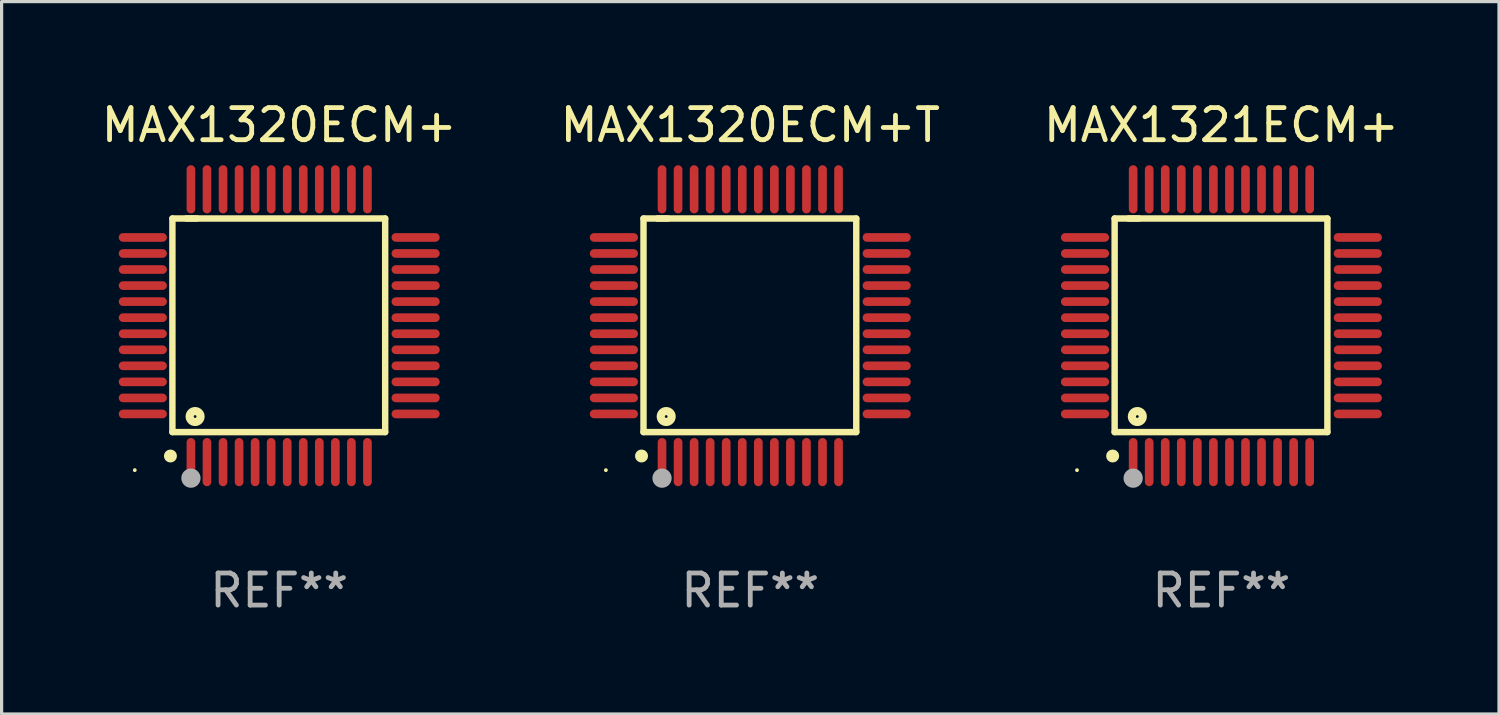
<source format=kicad_pcb>
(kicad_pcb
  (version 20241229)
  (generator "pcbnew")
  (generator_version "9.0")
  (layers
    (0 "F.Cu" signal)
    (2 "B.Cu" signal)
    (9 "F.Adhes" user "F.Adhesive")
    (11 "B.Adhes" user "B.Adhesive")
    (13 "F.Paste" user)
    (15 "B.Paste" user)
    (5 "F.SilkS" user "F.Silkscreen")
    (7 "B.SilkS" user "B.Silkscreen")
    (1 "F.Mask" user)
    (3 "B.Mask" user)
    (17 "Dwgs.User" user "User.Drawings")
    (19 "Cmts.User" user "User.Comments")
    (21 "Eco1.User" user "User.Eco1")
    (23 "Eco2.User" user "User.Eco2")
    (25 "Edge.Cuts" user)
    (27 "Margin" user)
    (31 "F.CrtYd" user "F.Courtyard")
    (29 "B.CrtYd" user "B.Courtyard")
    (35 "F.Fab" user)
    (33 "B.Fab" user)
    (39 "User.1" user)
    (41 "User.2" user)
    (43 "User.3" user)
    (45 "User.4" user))
  (footprint "MAX1320ECM+T"
    (layer "F.Cu")
    (at 20.327 7.098)
    (property "Reference" "MAX1320ECM+T" (at 0 -6.25 0) (layer "F.SilkS") (effects (font (size 1 1) (thickness 0.15))))
    (attr through_hole)
    (fp_line (start -3.327 -3.34) (end -2.565 -3.34) (stroke (width 0.2) (type solid)) (layer "F.SilkS"))
    (fp_line (start -3.327 3.315) (end -3.327 -3.34) (stroke (width 0.2) (type solid)) (layer "F.SilkS"))
    (fp_line (start -2.896 -3.34) (end 3.302 -3.34) (stroke (width 0.2) (type solid)) (layer "F.SilkS"))
    (fp_line (start 3.302 -3.34) (end 3.302 3.315) (stroke (width 0.2) (type solid)) (layer "F.SilkS"))
    (fp_line (start 3.302 3.315) (end -3.327 3.315) (stroke (width 0.2) (type solid)) (layer "F.SilkS"))
    (fp_arc (start -3.389992 4.059995) (mid -3.388722 4.059991) (end -3.387452 4.059995) (stroke (width 0.4) (type solid)) (layer "F.SilkS"))
    (fp_circle (center -4.5 4.5) (end -4.47 4.5) (stroke (width 0.06) (type solid)) (fill no) (layer "F.SilkS"))
    (fp_circle (center -2.62 2.83) (end -2.45 2.83) (stroke (width 0.254) (type solid)) (fill no) (layer "F.SilkS"))
    (fp_circle (center -2.75 4.75) (end -2.6 4.75) (stroke (width 0.3) (type solid)) (fill no) (layer "F.Fab"))
    (fp_text user "REF**" (at 0 8.25 0) (layer "F.Fab") (effects (font (size 1 1) (thickness 0.15))))
    (pad "1" smd oval (at -2.75 4.25) (size 0.27 1.5) (layers "F.Cu" "F.Mask" "F.Paste"))
    (pad "2" smd oval (at -2.25 4.25) (size 0.27 1.5) (layers "F.Cu" "F.Mask" "F.Paste"))
    (pad "3" smd oval (at -1.75 4.25) (size 0.27 1.5) (layers "F.Cu" "F.Mask" "F.Paste"))
    (pad "4" smd oval (at -1.25 4.25) (size 0.27 1.5) (layers "F.Cu" "F.Mask" "F.Paste"))
    (pad "5" smd oval (at -0.75 4.25) (size 0.27 1.5) (layers "F.Cu" "F.Mask" "F.Paste"))
    (pad "6" smd oval (at -0.25 4.25) (size 0.27 1.5) (layers "F.Cu" "F.Mask" "F.Paste"))
    (pad "7" smd oval (at 0.25 4.25) (size 0.27 1.5) (layers "F.Cu" "F.Mask" "F.Paste"))
    (pad "8" smd oval (at 0.75 4.25) (size 0.27 1.5) (layers "F.Cu" "F.Mask" "F.Paste"))
    (pad "9" smd oval (at 1.25 4.25) (size 0.27 1.5) (layers "F.Cu" "F.Mask" "F.Paste"))
    (pad "10" smd oval (at 1.75 4.25) (size 0.27 1.5) (layers "F.Cu" "F.Mask" "F.Paste"))
    (pad "11" smd oval (at 2.25 4.25) (size 0.27 1.5) (layers "F.Cu" "F.Mask" "F.Paste"))
    (pad "12" smd oval (at 2.75 4.25) (size 0.27 1.5) (layers "F.Cu" "F.Mask" "F.Paste"))
    (pad "13" smd oval (at 4.25 2.75) (size 1.5 0.27) (layers "F.Cu" "F.Mask" "F.Paste"))
    (pad "14" smd oval (at 4.25 2.25) (size 1.5 0.27) (layers "F.Cu" "F.Mask" "F.Paste"))
    (pad "15" smd oval (at 4.25 1.75) (size 1.5 0.27) (layers "F.Cu" "F.Mask" "F.Paste"))
    (pad "16" smd oval (at 4.25 1.25) (size 1.5 0.27) (layers "F.Cu" "F.Mask" "F.Paste"))
    (pad "17" smd oval (at 4.25 0.75) (size 1.5 0.27) (layers "F.Cu" "F.Mask" "F.Paste"))
    (pad "18" smd oval (at 4.25 0.25) (size 1.5 0.27) (layers "F.Cu" "F.Mask" "F.Paste"))
    (pad "19" smd oval (at 4.25 -0.25) (size 1.5 0.27) (layers "F.Cu" "F.Mask" "F.Paste"))
    (pad "20" smd oval (at 4.25 -0.75) (size 1.5 0.27) (layers "F.Cu" "F.Mask" "F.Paste"))
    (pad "21" smd oval (at 4.25 -1.25) (size 1.5 0.27) (layers "F.Cu" "F.Mask" "F.Paste"))
    (pad "22" smd oval (at 4.25 -1.75) (size 1.5 0.27) (layers "F.Cu" "F.Mask" "F.Paste"))
    (pad "23" smd oval (at 4.25 -2.25) (size 1.5 0.27) (layers "F.Cu" "F.Mask" "F.Paste"))
    (pad "24" smd oval (at 4.25 -2.75) (size 1.5 0.27) (layers "F.Cu" "F.Mask" "F.Paste"))
    (pad "25" smd oval (at 2.75 -4.25) (size 0.27 1.5) (layers "F.Cu" "F.Mask" "F.Paste"))
    (pad "26" smd oval (at 2.25 -4.25) (size 0.27 1.5) (layers "F.Cu" "F.Mask" "F.Paste"))
    (pad "27" smd oval (at 1.75 -4.25) (size 0.27 1.5) (layers "F.Cu" "F.Mask" "F.Paste"))
    (pad "28" smd oval (at 1.25 -4.25) (size 0.27 1.5) (layers "F.Cu" "F.Mask" "F.Paste"))
    (pad "29" smd oval (at 0.75 -4.25) (size 0.27 1.5) (layers "F.Cu" "F.Mask" "F.Paste"))
    (pad "30" smd oval (at 0.25 -4.25) (size 0.27 1.5) (layers "F.Cu" "F.Mask" "F.Paste"))
    (pad "31" smd oval (at -0.25 -4.25) (size 0.27 1.5) (layers "F.Cu" "F.Mask" "F.Paste"))
    (pad "32" smd oval (at -0.75 -4.25) (size 0.27 1.5) (layers "F.Cu" "F.Mask" "F.Paste"))
    (pad "33" smd oval (at -1.25 -4.25) (size 0.27 1.5) (layers "F.Cu" "F.Mask" "F.Paste"))
    (pad "34" smd oval (at -1.75 -4.25) (size 0.27 1.5) (layers "F.Cu" "F.Mask" "F.Paste"))
    (pad "35" smd oval (at -2.25 -4.25) (size 0.27 1.5) (layers "F.Cu" "F.Mask" "F.Paste"))
    (pad "36" smd oval (at -2.75 -4.25) (size 0.27 1.5) (layers "F.Cu" "F.Mask" "F.Paste"))
    (pad "37" smd oval (at -4.25 -2.75) (size 1.5 0.27) (layers "F.Cu" "F.Mask" "F.Paste"))
    (pad "38" smd oval (at -4.25 -2.25) (size 1.5 0.27) (layers "F.Cu" "F.Mask" "F.Paste"))
    (pad "39" smd oval (at -4.25 -1.75) (size 1.5 0.27) (layers "F.Cu" "F.Mask" "F.Paste"))
    (pad "40" smd oval (at -4.25 -1.25) (size 1.5 0.27) (layers "F.Cu" "F.Mask" "F.Paste"))
    (pad "41" smd oval (at -4.25 -0.75) (size 1.5 0.27) (layers "F.Cu" "F.Mask" "F.Paste"))
    (pad "42" smd oval (at -4.25 -0.25) (size 1.5 0.27) (layers "F.Cu" "F.Mask" "F.Paste"))
    (pad "43" smd oval (at -4.25 0.25) (size 1.5 0.27) (layers "F.Cu" "F.Mask" "F.Paste"))
    (pad "44" smd oval (at -4.25 0.75) (size 1.5 0.27) (layers "F.Cu" "F.Mask" "F.Paste"))
    (pad "45" smd oval (at -4.25 1.25) (size 1.5 0.27) (layers "F.Cu" "F.Mask" "F.Paste"))
    (pad "46" smd oval (at -4.25 1.75) (size 1.5 0.27) (layers "F.Cu" "F.Mask" "F.Paste"))
    (pad "47" smd oval (at -4.25 2.25) (size 1.5 0.27) (layers "F.Cu" "F.Mask" "F.Paste"))
    (pad "48" smd oval (at -4.25 2.75) (size 1.5 0.27) (layers "F.Cu" "F.Mask" "F.Paste")))
  (footprint "MAX1320ECM+"
    (layer "F.Cu")
    (at 5.649 7.098)
    (property "Reference" "MAX1320ECM+" (at 0 -6.25 0) (layer "F.SilkS") (effects (font (size 1 1) (thickness 0.15))))
    (attr through_hole)
    (fp_line (start -3.327 -3.34) (end -2.565 -3.34) (stroke (width 0.2) (type solid)) (layer "F.SilkS"))
    (fp_line (start -3.327 3.315) (end -3.327 -3.34) (stroke (width 0.2) (type solid)) (layer "F.SilkS"))
    (fp_line (start -2.896 -3.34) (end 3.302 -3.34) (stroke (width 0.2) (type solid)) (layer "F.SilkS"))
    (fp_line (start 3.302 -3.34) (end 3.302 3.315) (stroke (width 0.2) (type solid)) (layer "F.SilkS"))
    (fp_line (start 3.302 3.315) (end -3.327 3.315) (stroke (width 0.2) (type solid)) (layer "F.SilkS"))
    (fp_arc (start -3.389992 4.059995) (mid -3.388722 4.059991) (end -3.387452 4.059995) (stroke (width 0.4) (type solid)) (layer "F.SilkS"))
    (fp_circle (center -4.5 4.5) (end -4.47 4.5) (stroke (width 0.06) (type solid)) (fill no) (layer "F.SilkS"))
    (fp_circle (center -2.62 2.83) (end -2.45 2.83) (stroke (width 0.254) (type solid)) (fill no) (layer "F.SilkS"))
    (fp_circle (center -2.75 4.75) (end -2.6 4.75) (stroke (width 0.3) (type solid)) (fill no) (layer "F.Fab"))
    (fp_text user "REF**" (at 0 8.25 0) (layer "F.Fab") (effects (font (size 1 1) (thickness 0.15))))
    (pad "1" smd oval (at -2.75 4.25) (size 0.27 1.5) (layers "F.Cu" "F.Mask" "F.Paste"))
    (pad "2" smd oval (at -2.25 4.25) (size 0.27 1.5) (layers "F.Cu" "F.Mask" "F.Paste"))
    (pad "3" smd oval (at -1.75 4.25) (size 0.27 1.5) (layers "F.Cu" "F.Mask" "F.Paste"))
    (pad "4" smd oval (at -1.25 4.25) (size 0.27 1.5) (layers "F.Cu" "F.Mask" "F.Paste"))
    (pad "5" smd oval (at -0.75 4.25) (size 0.27 1.5) (layers "F.Cu" "F.Mask" "F.Paste"))
    (pad "6" smd oval (at -0.25 4.25) (size 0.27 1.5) (layers "F.Cu" "F.Mask" "F.Paste"))
    (pad "7" smd oval (at 0.25 4.25) (size 0.27 1.5) (layers "F.Cu" "F.Mask" "F.Paste"))
    (pad "8" smd oval (at 0.75 4.25) (size 0.27 1.5) (layers "F.Cu" "F.Mask" "F.Paste"))
    (pad "9" smd oval (at 1.25 4.25) (size 0.27 1.5) (layers "F.Cu" "F.Mask" "F.Paste"))
    (pad "10" smd oval (at 1.75 4.25) (size 0.27 1.5) (layers "F.Cu" "F.Mask" "F.Paste"))
    (pad "11" smd oval (at 2.25 4.25) (size 0.27 1.5) (layers "F.Cu" "F.Mask" "F.Paste"))
    (pad "12" smd oval (at 2.75 4.25) (size 0.27 1.5) (layers "F.Cu" "F.Mask" "F.Paste"))
    (pad "13" smd oval (at 4.25 2.75) (size 1.5 0.27) (layers "F.Cu" "F.Mask" "F.Paste"))
    (pad "14" smd oval (at 4.25 2.25) (size 1.5 0.27) (layers "F.Cu" "F.Mask" "F.Paste"))
    (pad "15" smd oval (at 4.25 1.75) (size 1.5 0.27) (layers "F.Cu" "F.Mask" "F.Paste"))
    (pad "16" smd oval (at 4.25 1.25) (size 1.5 0.27) (layers "F.Cu" "F.Mask" "F.Paste"))
    (pad "17" smd oval (at 4.25 0.75) (size 1.5 0.27) (layers "F.Cu" "F.Mask" "F.Paste"))
    (pad "18" smd oval (at 4.25 0.25) (size 1.5 0.27) (layers "F.Cu" "F.Mask" "F.Paste"))
    (pad "19" smd oval (at 4.25 -0.25) (size 1.5 0.27) (layers "F.Cu" "F.Mask" "F.Paste"))
    (pad "20" smd oval (at 4.25 -0.75) (size 1.5 0.27) (layers "F.Cu" "F.Mask" "F.Paste"))
    (pad "21" smd oval (at 4.25 -1.25) (size 1.5 0.27) (layers "F.Cu" "F.Mask" "F.Paste"))
    (pad "22" smd oval (at 4.25 -1.75) (size 1.5 0.27) (layers "F.Cu" "F.Mask" "F.Paste"))
    (pad "23" smd oval (at 4.25 -2.25) (size 1.5 0.27) (layers "F.Cu" "F.Mask" "F.Paste"))
    (pad "24" smd oval (at 4.25 -2.75) (size 1.5 0.27) (layers "F.Cu" "F.Mask" "F.Paste"))
    (pad "25" smd oval (at 2.75 -4.25) (size 0.27 1.5) (layers "F.Cu" "F.Mask" "F.Paste"))
    (pad "26" smd oval (at 2.25 -4.25) (size 0.27 1.5) (layers "F.Cu" "F.Mask" "F.Paste"))
    (pad "27" smd oval (at 1.75 -4.25) (size 0.27 1.5) (layers "F.Cu" "F.Mask" "F.Paste"))
    (pad "28" smd oval (at 1.25 -4.25) (size 0.27 1.5) (layers "F.Cu" "F.Mask" "F.Paste"))
    (pad "29" smd oval (at 0.75 -4.25) (size 0.27 1.5) (layers "F.Cu" "F.Mask" "F.Paste"))
    (pad "30" smd oval (at 0.25 -4.25) (size 0.27 1.5) (layers "F.Cu" "F.Mask" "F.Paste"))
    (pad "31" smd oval (at -0.25 -4.25) (size 0.27 1.5) (layers "F.Cu" "F.Mask" "F.Paste"))
    (pad "32" smd oval (at -0.75 -4.25) (size 0.27 1.5) (layers "F.Cu" "F.Mask" "F.Paste"))
    (pad "33" smd oval (at -1.25 -4.25) (size 0.27 1.5) (layers "F.Cu" "F.Mask" "F.Paste"))
    (pad "34" smd oval (at -1.75 -4.25) (size 0.27 1.5) (layers "F.Cu" "F.Mask" "F.Paste"))
    (pad "35" smd oval (at -2.25 -4.25) (size 0.27 1.5) (layers "F.Cu" "F.Mask" "F.Paste"))
    (pad "36" smd oval (at -2.75 -4.25) (size 0.27 1.5) (layers "F.Cu" "F.Mask" "F.Paste"))
    (pad "37" smd oval (at -4.25 -2.75) (size 1.5 0.27) (layers "F.Cu" "F.Mask" "F.Paste"))
    (pad "38" smd oval (at -4.25 -2.25) (size 1.5 0.27) (layers "F.Cu" "F.Mask" "F.Paste"))
    (pad "39" smd oval (at -4.25 -1.75) (size 1.5 0.27) (layers "F.Cu" "F.Mask" "F.Paste"))
    (pad "40" smd oval (at -4.25 -1.25) (size 1.5 0.27) (layers "F.Cu" "F.Mask" "F.Paste"))
    (pad "41" smd oval (at -4.25 -0.75) (size 1.5 0.27) (layers "F.Cu" "F.Mask" "F.Paste"))
    (pad "42" smd oval (at -4.25 -0.25) (size 1.5 0.27) (layers "F.Cu" "F.Mask" "F.Paste"))
    (pad "43" smd oval (at -4.25 0.25) (size 1.5 0.27) (layers "F.Cu" "F.Mask" "F.Paste"))
    (pad "44" smd oval (at -4.25 0.75) (size 1.5 0.27) (layers "F.Cu" "F.Mask" "F.Paste"))
    (pad "45" smd oval (at -4.25 1.25) (size 1.5 0.27) (layers "F.Cu" "F.Mask" "F.Paste"))
    (pad "46" smd oval (at -4.25 1.75) (size 1.5 0.27) (layers "F.Cu" "F.Mask" "F.Paste"))
    (pad "47" smd oval (at -4.25 2.25) (size 1.5 0.27) (layers "F.Cu" "F.Mask" "F.Paste"))
    (pad "48" smd oval (at -4.25 2.75) (size 1.5 0.27) (layers "F.Cu" "F.Mask" "F.Paste")))
  (footprint "MAX1321ECM+"
    (layer "F.Cu")
    (at 35.006 7.098)
    (property "Reference" "MAX1321ECM+" (at 0 -6.25 0) (layer "F.SilkS") (effects (font (size 1 1) (thickness 0.15))))
    (attr through_hole)
    (fp_line (start -3.327 -3.34) (end -2.565 -3.34) (stroke (width 0.2) (type solid)) (layer "F.SilkS"))
    (fp_line (start -3.327 3.315) (end -3.327 -3.34) (stroke (width 0.2) (type solid)) (layer "F.SilkS"))
    (fp_line (start -2.896 -3.34) (end 3.302 -3.34) (stroke (width 0.2) (type solid)) (layer "F.SilkS"))
    (fp_line (start 3.302 -3.34) (end 3.302 3.315) (stroke (width 0.2) (type solid)) (layer "F.SilkS"))
    (fp_line (start 3.302 3.315) (end -3.327 3.315) (stroke (width 0.2) (type solid)) (layer "F.SilkS"))
    (fp_arc (start -3.389992 4.059995) (mid -3.388722 4.059991) (end -3.387452 4.059995) (stroke (width 0.4) (type solid)) (layer "F.SilkS"))
    (fp_circle (center -4.5 4.5) (end -4.47 4.5) (stroke (width 0.06) (type solid)) (fill no) (layer "F.SilkS"))
    (fp_circle (center -2.62 2.83) (end -2.45 2.83) (stroke (width 0.254) (type solid)) (fill no) (layer "F.SilkS"))
    (fp_circle (center -2.75 4.75) (end -2.6 4.75) (stroke (width 0.3) (type solid)) (fill no) (layer "F.Fab"))
    (fp_text user "REF**" (at 0 8.25 0) (layer "F.Fab") (effects (font (size 1 1) (thickness 0.15))))
    (pad "1" smd oval (at -2.75 4.25) (size 0.27 1.5) (layers "F.Cu" "F.Mask" "F.Paste"))
    (pad "2" smd oval (at -2.25 4.25) (size 0.27 1.5) (layers "F.Cu" "F.Mask" "F.Paste"))
    (pad "3" smd oval (at -1.75 4.25) (size 0.27 1.5) (layers "F.Cu" "F.Mask" "F.Paste"))
    (pad "4" smd oval (at -1.25 4.25) (size 0.27 1.5) (layers "F.Cu" "F.Mask" "F.Paste"))
    (pad "5" smd oval (at -0.75 4.25) (size 0.27 1.5) (layers "F.Cu" "F.Mask" "F.Paste"))
    (pad "6" smd oval (at -0.25 4.25) (size 0.27 1.5) (layers "F.Cu" "F.Mask" "F.Paste"))
    (pad "7" smd oval (at 0.25 4.25) (size 0.27 1.5) (layers "F.Cu" "F.Mask" "F.Paste"))
    (pad "8" smd oval (at 0.75 4.25) (size 0.27 1.5) (layers "F.Cu" "F.Mask" "F.Paste"))
    (pad "9" smd oval (at 1.25 4.25) (size 0.27 1.5) (layers "F.Cu" "F.Mask" "F.Paste"))
    (pad "10" smd oval (at 1.75 4.25) (size 0.27 1.5) (layers "F.Cu" "F.Mask" "F.Paste"))
    (pad "11" smd oval (at 2.25 4.25) (size 0.27 1.5) (layers "F.Cu" "F.Mask" "F.Paste"))
    (pad "12" smd oval (at 2.75 4.25) (size 0.27 1.5) (layers "F.Cu" "F.Mask" "F.Paste"))
    (pad "13" smd oval (at 4.25 2.75) (size 1.5 0.27) (layers "F.Cu" "F.Mask" "F.Paste"))
    (pad "14" smd oval (at 4.25 2.25) (size 1.5 0.27) (layers "F.Cu" "F.Mask" "F.Paste"))
    (pad "15" smd oval (at 4.25 1.75) (size 1.5 0.27) (layers "F.Cu" "F.Mask" "F.Paste"))
    (pad "16" smd oval (at 4.25 1.25) (size 1.5 0.27) (layers "F.Cu" "F.Mask" "F.Paste"))
    (pad "17" smd oval (at 4.25 0.75) (size 1.5 0.27) (layers "F.Cu" "F.Mask" "F.Paste"))
    (pad "18" smd oval (at 4.25 0.25) (size 1.5 0.27) (layers "F.Cu" "F.Mask" "F.Paste"))
    (pad "19" smd oval (at 4.25 -0.25) (size 1.5 0.27) (layers "F.Cu" "F.Mask" "F.Paste"))
    (pad "20" smd oval (at 4.25 -0.75) (size 1.5 0.27) (layers "F.Cu" "F.Mask" "F.Paste"))
    (pad "21" smd oval (at 4.25 -1.25) (size 1.5 0.27) (layers "F.Cu" "F.Mask" "F.Paste"))
    (pad "22" smd oval (at 4.25 -1.75) (size 1.5 0.27) (layers "F.Cu" "F.Mask" "F.Paste"))
    (pad "23" smd oval (at 4.25 -2.25) (size 1.5 0.27) (layers "F.Cu" "F.Mask" "F.Paste"))
    (pad "24" smd oval (at 4.25 -2.75) (size 1.5 0.27) (layers "F.Cu" "F.Mask" "F.Paste"))
    (pad "25" smd oval (at 2.75 -4.25) (size 0.27 1.5) (layers "F.Cu" "F.Mask" "F.Paste"))
    (pad "26" smd oval (at 2.25 -4.25) (size 0.27 1.5) (layers "F.Cu" "F.Mask" "F.Paste"))
    (pad "27" smd oval (at 1.75 -4.25) (size 0.27 1.5) (layers "F.Cu" "F.Mask" "F.Paste"))
    (pad "28" smd oval (at 1.25 -4.25) (size 0.27 1.5) (layers "F.Cu" "F.Mask" "F.Paste"))
    (pad "29" smd oval (at 0.75 -4.25) (size 0.27 1.5) (layers "F.Cu" "F.Mask" "F.Paste"))
    (pad "30" smd oval (at 0.25 -4.25) (size 0.27 1.5) (layers "F.Cu" "F.Mask" "F.Paste"))
    (pad "31" smd oval (at -0.25 -4.25) (size 0.27 1.5) (layers "F.Cu" "F.Mask" "F.Paste"))
    (pad "32" smd oval (at -0.75 -4.25) (size 0.27 1.5) (layers "F.Cu" "F.Mask" "F.Paste"))
    (pad "33" smd oval (at -1.25 -4.25) (size 0.27 1.5) (layers "F.Cu" "F.Mask" "F.Paste"))
    (pad "34" smd oval (at -1.75 -4.25) (size 0.27 1.5) (layers "F.Cu" "F.Mask" "F.Paste"))
    (pad "35" smd oval (at -2.25 -4.25) (size 0.27 1.5) (layers "F.Cu" "F.Mask" "F.Paste"))
    (pad "36" smd oval (at -2.75 -4.25) (size 0.27 1.5) (layers "F.Cu" "F.Mask" "F.Paste"))
    (pad "37" smd oval (at -4.25 -2.75) (size 1.5 0.27) (layers "F.Cu" "F.Mask" "F.Paste"))
    (pad "38" smd oval (at -4.25 -2.25) (size 1.5 0.27) (layers "F.Cu" "F.Mask" "F.Paste"))
    (pad "39" smd oval (at -4.25 -1.75) (size 1.5 0.27) (layers "F.Cu" "F.Mask" "F.Paste"))
    (pad "40" smd oval (at -4.25 -1.25) (size 1.5 0.27) (layers "F.Cu" "F.Mask" "F.Paste"))
    (pad "41" smd oval (at -4.25 -0.75) (size 1.5 0.27) (layers "F.Cu" "F.Mask" "F.Paste"))
    (pad "42" smd oval (at -4.25 -0.25) (size 1.5 0.27) (layers "F.Cu" "F.Mask" "F.Paste"))
    (pad "43" smd oval (at -4.25 0.25) (size 1.5 0.27) (layers "F.Cu" "F.Mask" "F.Paste"))
    (pad "44" smd oval (at -4.25 0.75) (size 1.5 0.27) (layers "F.Cu" "F.Mask" "F.Paste"))
    (pad "45" smd oval (at -4.25 1.25) (size 1.5 0.27) (layers "F.Cu" "F.Mask" "F.Paste"))
    (pad "46" smd oval (at -4.25 1.75) (size 1.5 0.27) (layers "F.Cu" "F.Mask" "F.Paste"))
    (pad "47" smd oval (at -4.25 2.25) (size 1.5 0.27) (layers "F.Cu" "F.Mask" "F.Paste"))
    (pad "48" smd oval (at -4.25 2.75) (size 1.5 0.27) (layers "F.Cu" "F.Mask" "F.Paste")))
  (gr_rect
    (start -3 -3)
    (end 43.655 19.196)
    (stroke (width 0.1) (type default))
    (fill no)
    (layer "Edge.Cuts")))
</source>
